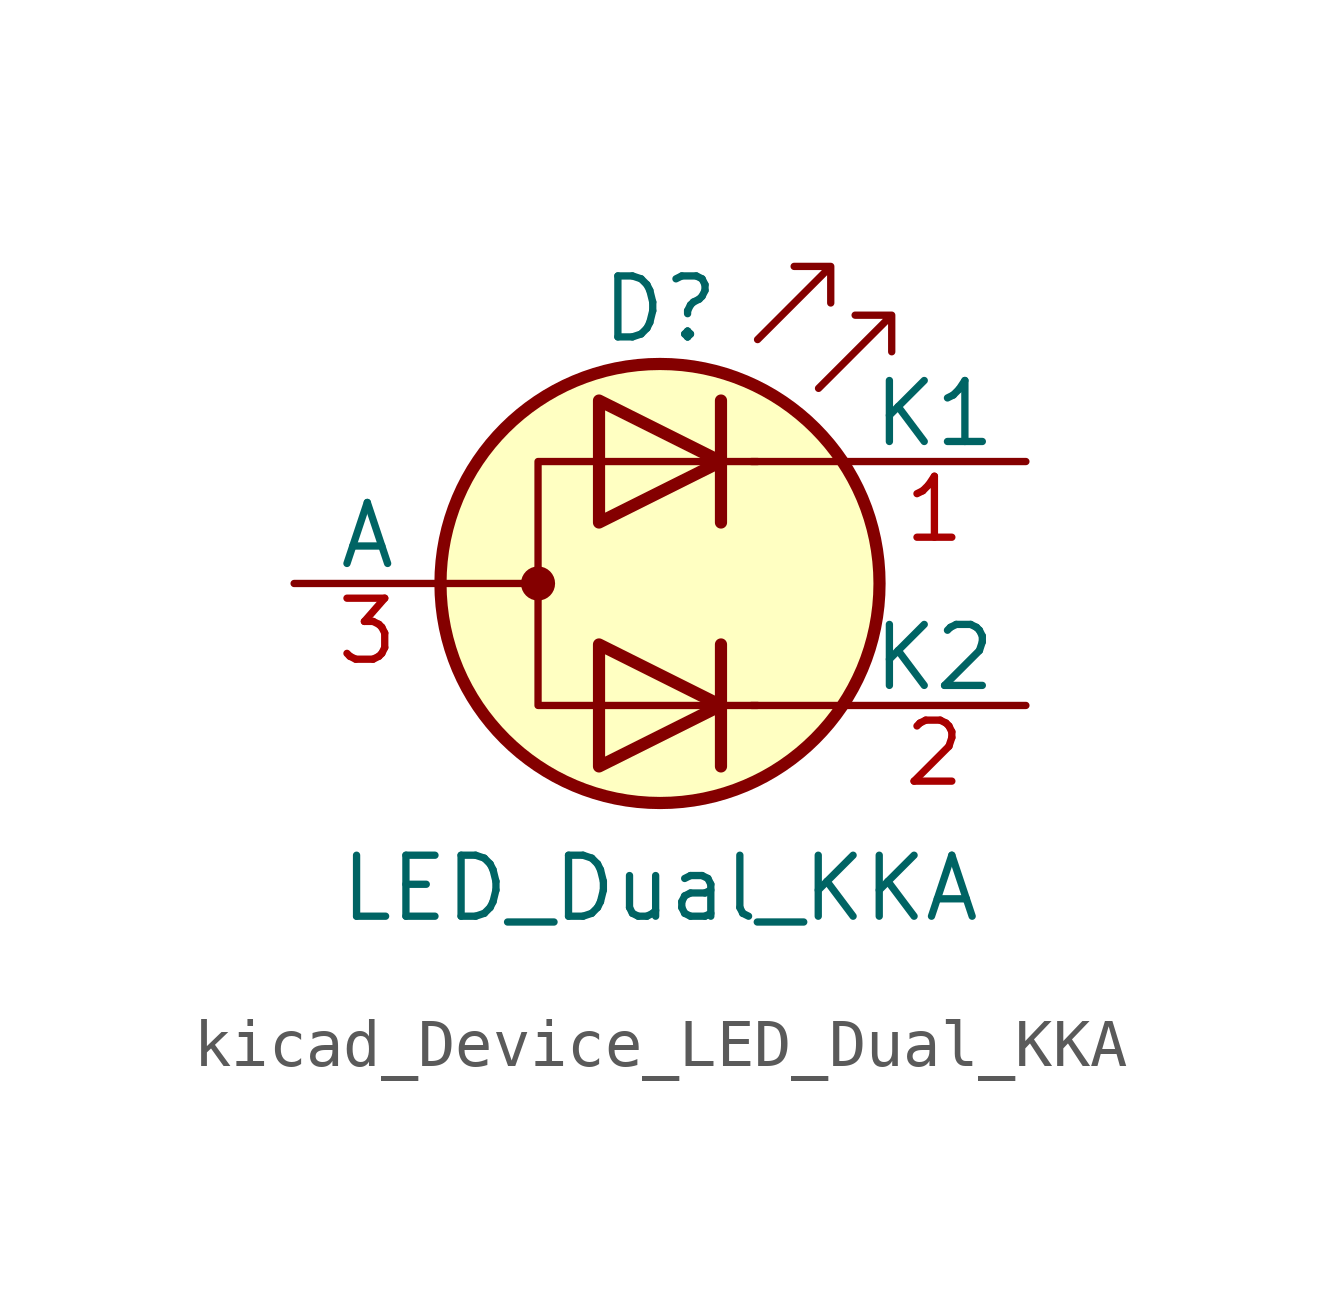
<source format=kicad_sym>
(kicad_symbol_lib
  (version 20220914)
  (generator kicad_symbol_editor)
  (symbol "kicad_Device_LED_Dual_KKA"
    (pin_names
      (offset 0))
    (property "Reference" "D"
      (at 0 5.715 0)
      (effects (font (size 1.27 1.27))))
    (property "Value" "LED_Dual_KKA"
      (at 0 -6.35 0)
      (effects (font (size 1.27 1.27))))
    (symbol "kicad_Device_LED_Dual_KKA_0_1"
      (circle (center -2.54 0) (radius 0.279) (stroke (width 0) (type default)) (fill (type outline)))
      (polyline (pts (xy -4.572 0) (xy -2.54 0)) (stroke (width 0) (type default)) (fill (type none)))
      (polyline (pts (xy 1.27 -1.27) (xy 1.27 -3.81)) (stroke (width 0.254) (type default)) (fill (type none)))
      (polyline (pts (xy 1.27 3.81) (xy 1.27 1.27)) (stroke (width 0.254) (type default)) (fill (type none)))
      (polyline (pts (xy 3.81 -2.54) (xy 1.905 -2.54)) (stroke (width 0) (type default)) (fill (type none)))
      (polyline (pts (xy 3.81 2.54) (xy 1.905 2.54)) (stroke (width 0) (type default)) (fill (type none)))
      (polyline (pts (xy -1.27 -1.27) (xy -1.27 -3.81) (xy 1.27 -2.54) (xy -1.27 -1.27)) (stroke (width 0.254) (type default)) (fill (type none)))
      (polyline (pts (xy -1.27 3.81) (xy -1.27 1.27) (xy 1.27 2.54) (xy -1.27 3.81)) (stroke (width 0.254) (type default)) (fill (type none)))
      (polyline (pts (xy 2.032 2.54) (xy -2.54 2.54) (xy -2.54 -2.54) (xy 2.032 -2.54)) (stroke (width 0) (type default)) (fill (type none)))
      (polyline (pts (xy 2.032 5.08) (xy 3.556 6.604) (xy 2.794 6.604) (xy 3.556 6.604) (xy 3.556 5.842)) (stroke (width 0) (type default)) (fill (type none)))
      (polyline (pts (xy 3.302 4.064) (xy 4.826 5.588) (xy 4.064 5.588) (xy 4.826 5.588) (xy 4.826 4.826)) (stroke (width 0) (type default)) (fill (type none)))
      (circle (center 0 0) (radius 4.572) (stroke (width 0.254) (type default)) (fill (type background))))
    (symbol "kicad_Device_LED_Dual_KKA_1_1"
      (pin input line (at 7.62 2.54 180) (length 3.81) (name "K1" (effects (font (size 1.27 1.27)))) (number "1" (effects (font (size 1.27 1.27)))))
      (pin input line (at 7.62 -2.54 180) (length 3.81) (name "K2" (effects (font (size 1.27 1.27)))) (number "2" (effects (font (size 1.27 1.27)))))
      (pin input line (at -7.62 0 0) (length 3.048) (name "A" (effects (font (size 1.27 1.27)))) (number "3" (effects (font (size 1.27 1.27))))))))
</source>
